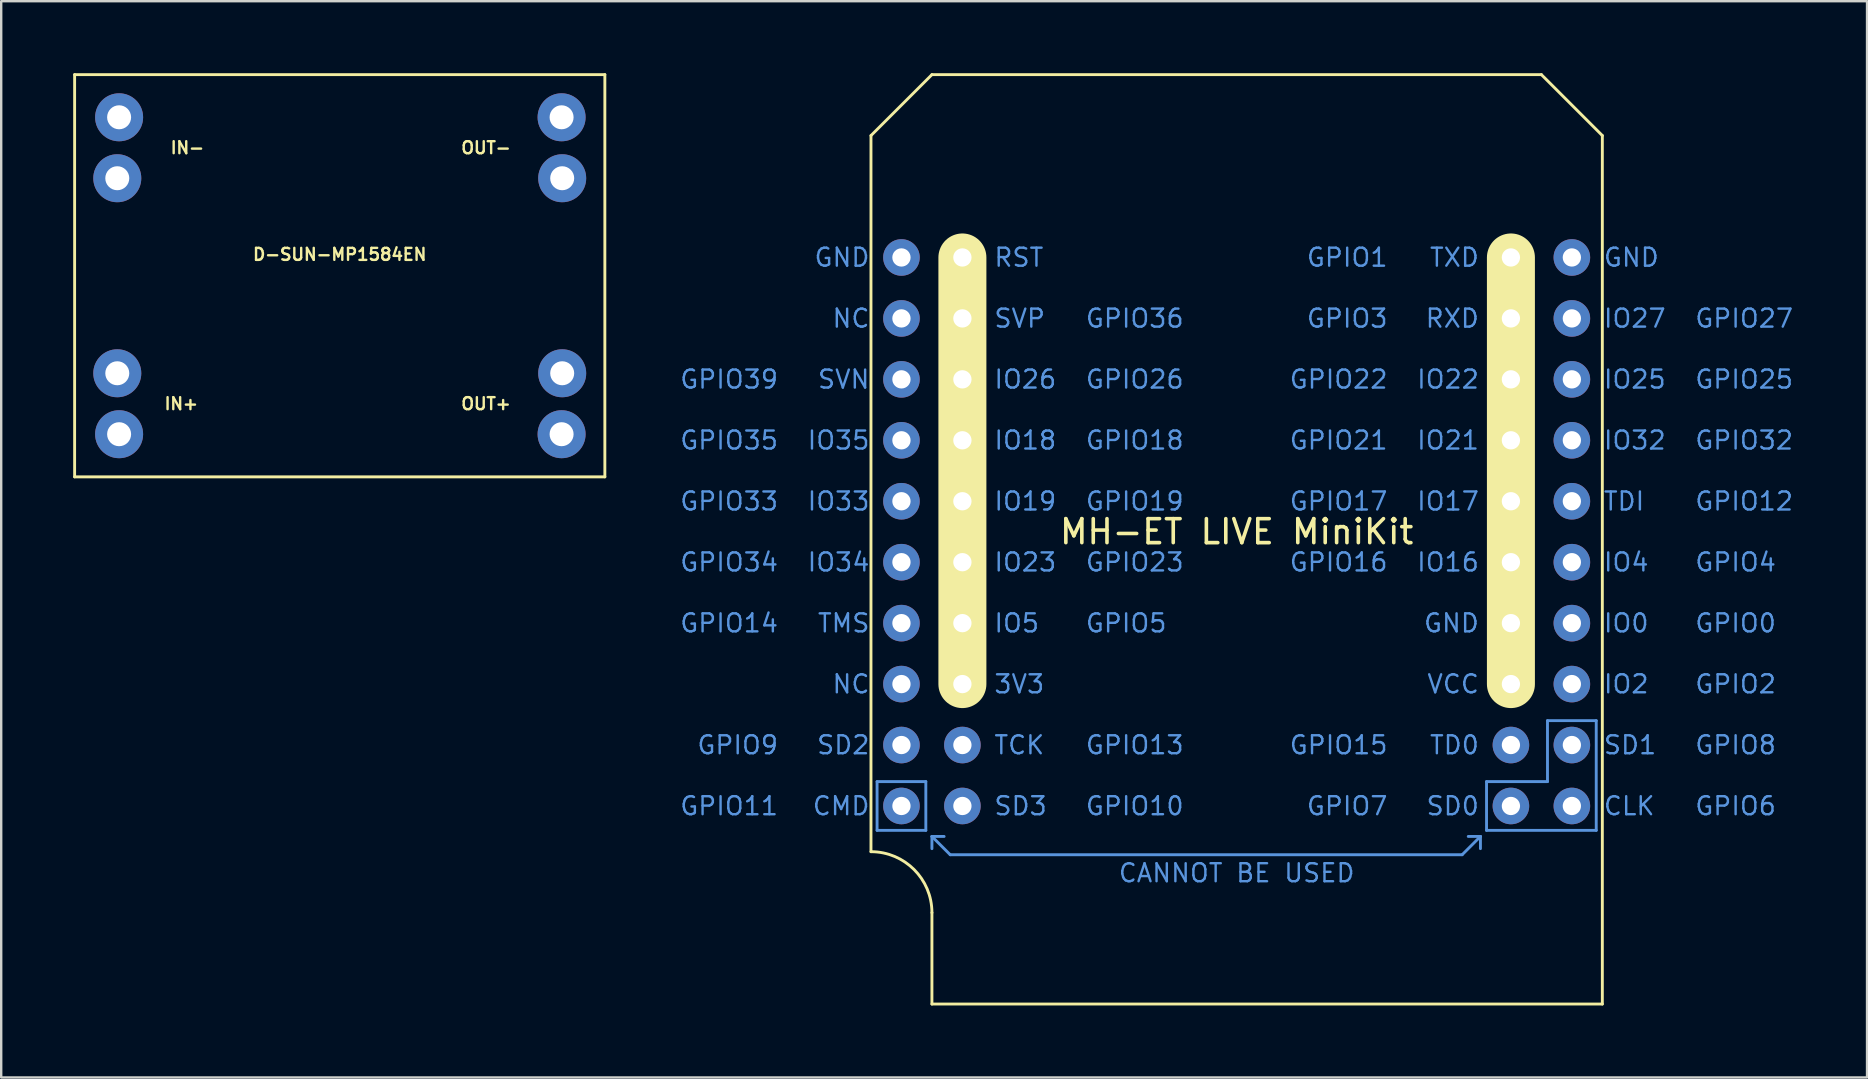
<source format=kicad_pcb>
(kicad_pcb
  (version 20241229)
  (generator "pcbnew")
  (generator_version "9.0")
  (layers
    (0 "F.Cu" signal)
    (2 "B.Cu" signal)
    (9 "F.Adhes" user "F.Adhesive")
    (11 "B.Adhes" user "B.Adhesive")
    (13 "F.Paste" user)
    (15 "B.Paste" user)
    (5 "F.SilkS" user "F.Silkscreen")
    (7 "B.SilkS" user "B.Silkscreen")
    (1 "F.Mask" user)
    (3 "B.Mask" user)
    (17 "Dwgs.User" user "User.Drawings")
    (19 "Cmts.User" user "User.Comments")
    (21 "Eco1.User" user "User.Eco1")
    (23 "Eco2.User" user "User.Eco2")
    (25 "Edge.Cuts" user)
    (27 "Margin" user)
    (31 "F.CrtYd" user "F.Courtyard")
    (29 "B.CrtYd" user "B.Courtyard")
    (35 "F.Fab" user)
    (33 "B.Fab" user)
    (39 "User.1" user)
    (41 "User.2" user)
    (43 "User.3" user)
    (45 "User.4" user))
  (footprint "D-SUN-MP1584EN"
    (layer "F.Cu")
    (at 11.109 8.442)
    (property "Reference" "D-SUN-MP1584EN" (at 0 -0.889 180) (layer "F.SilkS") (effects (font (size 0.5 0.5) (thickness 0.1))))
    (attr through_hole)
    (fp_line (start -11.049 -8.382) (end 11.049 -8.382) (stroke (width 0.12) (type solid)) (layer "F.SilkS"))
    (fp_line (start -11.049 8.382) (end -11.049 -8.382) (stroke (width 0.12) (type solid)) (layer "F.SilkS"))
    (fp_line (start 11.049 -8.382) (end 11.049 8.382) (stroke (width 0.12) (type solid)) (layer "F.SilkS"))
    (fp_line (start 11.049 8.382) (end -11.049 8.382) (stroke (width 0.12) (type solid)) (layer "F.SilkS"))
    (fp_text user "OUT-" (at 6.096 -5.334 180) (layer "F.SilkS") (effects (font (size 0.5 0.5) (thickness 0.1))))
    (fp_text user "IN-" (at -6.35 -5.334 180) (layer "F.SilkS") (effects (font (size 0.5 0.5) (thickness 0.1))))
    (fp_text user "OUT+" (at 6.096 5.334 180) (layer "F.SilkS") (effects (font (size 0.5 0.5) (thickness 0.1))))
    (fp_text user "IN+" (at -6.604 5.334 180) (layer "F.SilkS") (effects (font (size 0.5 0.5) (thickness 0.1))))
    (pad "1" thru_hole circle (at -9.195 -6.604) (size 2 2) (drill 1) (layers "*.Cu" "*.Mask"))
    (pad "2" thru_hole circle (at -9.271 -4.064) (size 2 2) (drill 1) (layers "*.Cu" "*.Mask"))
    (pad "3" thru_hole circle (at -9.271 4.064) (size 2 2) (drill 1) (layers "*.Cu" "*.Mask"))
    (pad "4" thru_hole circle (at -9.195 6.604) (size 2 2) (drill 1) (layers "*.Cu" "*.Mask"))
    (pad "5" thru_hole circle (at 9.246 -6.604) (size 2 2) (drill 1) (layers "*.Cu" "*.Mask"))
    (pad "6" thru_hole circle (at 9.271 -4.064) (size 2 2) (drill 1) (layers "*.Cu" "*.Mask"))
    (pad "7" thru_hole circle (at 9.271 4.064) (size 2 2) (drill 1) (layers "*.Cu" "*.Mask"))
    (pad "8" thru_hole circle (at 9.246 6.604) (size 2 2) (drill 1) (layers "*.Cu" "*.Mask")))
  (footprint "MH-ET LIVE MiniKit"
    (layer "F.Cu")
    (at 48.489 19.11)
    (property "Reference" "MH-ET LIVE MiniKit" (at 0 0 0) (unlocked yes) (layer "F.SilkS") (effects (font (size 1 1) (thickness 0.15))))
    (attr through_hole)
    (fp_line (start -15.24 -16.51) (end -12.7 -19.05) (stroke (width 0.12) (type solid)) (layer "F.SilkS"))
    (fp_line (start -15.24 13.335) (end -15.24 -16.51) (stroke (width 0.12) (type solid)) (layer "F.SilkS"))
    (fp_line (start -12.7 -19.05) (end 12.7 -19.05) (stroke (width 0.12) (type solid)) (layer "F.SilkS"))
    (fp_line (start -12.7 19.685) (end -12.7 15.875) (stroke (width 0.12) (type solid)) (layer "F.SilkS"))
    (fp_line (start -11.43 -11.43) (end -11.43 6.35) (stroke (width 2) (type solid)) (layer "F.SilkS"))
    (fp_line (start 11.43 -11.43) (end 11.43 6.35) (stroke (width 2) (type solid)) (layer "F.SilkS"))
    (fp_line (start 12.7 -19.05) (end 15.24 -16.51) (stroke (width 0.12) (type solid)) (layer "F.SilkS"))
    (fp_line (start 15.24 -16.51) (end 15.24 19.685) (stroke (width 0.12) (type solid)) (layer "F.SilkS"))
    (fp_line (start 15.24 19.685) (end -12.7 19.685) (stroke (width 0.12) (type solid)) (layer "F.SilkS"))
    (fp_arc (start -15.24 13.335) (mid -13.443949 14.078949) (end -12.7 15.875) (stroke (width 0.12) (type solid)) (layer "F.SilkS"))
    (fp_line (start -14.986 10.414) (end -12.954 10.414) (stroke (width 0.12) (type solid)) (layer "Cmts.User"))
    (fp_line (start -14.986 12.446) (end -14.986 10.414) (stroke (width 0.12) (type solid)) (layer "Cmts.User"))
    (fp_line (start -12.954 10.414) (end -12.954 12.446) (stroke (width 0.12) (type solid)) (layer "Cmts.User"))
    (fp_line (start -12.954 12.446) (end -14.986 12.446) (stroke (width 0.12) (type solid)) (layer "Cmts.User"))
    (fp_line (start -12.7 12.7) (end -12.7 13.208) (stroke (width 0.12) (type solid)) (layer "Cmts.User"))
    (fp_line (start -12.7 12.7) (end -11.938 13.462) (stroke (width 0.12) (type solid)) (layer "Cmts.User"))
    (fp_line (start -12.192 12.7) (end -12.7 12.7) (stroke (width 0.12) (type solid)) (layer "Cmts.User"))
    (fp_line (start -11.938 13.462) (end 9.398 13.462) (stroke (width 0.12) (type solid)) (layer "Cmts.User"))
    (fp_line (start 9.398 13.462) (end 10.16 12.7) (stroke (width 0.12) (type solid)) (layer "Cmts.User"))
    (fp_line (start 9.652 12.7) (end 10.16 12.7) (stroke (width 0.12) (type solid)) (layer "Cmts.User"))
    (fp_line (start 10.16 12.7) (end 10.16 13.208) (stroke (width 0.12) (type solid)) (layer "Cmts.User"))
    (fp_line (start 10.414 10.414) (end 12.954 10.414) (stroke (width 0.12) (type solid)) (layer "Cmts.User"))
    (fp_line (start 10.414 12.446) (end 10.414 10.414) (stroke (width 0.12) (type solid)) (layer "Cmts.User"))
    (fp_line (start 12.954 7.874) (end 14.986 7.874) (stroke (width 0.12) (type solid)) (layer "Cmts.User"))
    (fp_line (start 12.954 10.414) (end 12.954 7.874) (stroke (width 0.12) (type solid)) (layer "Cmts.User"))
    (fp_line (start 14.986 7.874) (end 14.986 12.446) (stroke (width 0.12) (type solid)) (layer "Cmts.User"))
    (fp_line (start 14.986 12.446) (end 10.414 12.446) (stroke (width 0.12) (type solid)) (layer "Cmts.User"))
    (fp_text user "TCK" (at -10.16 8.89 0) (unlocked yes) (layer "Cmts.User") (effects (font (size 0.75 0.75) (thickness 0.1)) (justify left)))
    (fp_text user "GPIO5" (at -6.35 3.81 0) (unlocked yes) (layer "Cmts.User") (effects (font (size 0.75 0.75) (thickness 0.1)) (justify left)))
    (fp_text user "IO18" (at -10.16 -3.81 0) (unlocked yes) (layer "Cmts.User") (effects (font (size 0.75 0.75) (thickness 0.1)) (justify left)))
    (fp_text user "IO17" (at 10.16 -1.27 0) (unlocked yes) (layer "Cmts.User") (effects (font (size 0.75 0.75) (thickness 0.1)) (justify right)))
    (fp_text user "TMS" (at -15.24 3.81 0) (unlocked yes) (layer "Cmts.User") (effects (font (size 0.75 0.75) (thickness 0.1)) (justify right)))
    (fp_text user "SD1" (at 15.24 8.89 0) (unlocked yes) (layer "Cmts.User") (effects (font (size 0.75 0.75) (thickness 0.1)) (justify left)))
    (fp_text user "GND" (at 10.16 3.81 0) (unlocked yes) (layer "Cmts.User") (effects (font (size 0.75 0.75) (thickness 0.1)) (justify right)))
    (fp_text user "IO26" (at -10.16 -6.35 0) (unlocked yes) (layer "Cmts.User") (effects (font (size 0.75 0.75) (thickness 0.1)) (justify left)))
    (fp_text user "GPIO19" (at -6.35 -1.27 0) (unlocked yes) (layer "Cmts.User") (effects (font (size 0.75 0.75) (thickness 0.1)) (justify left)))
    (fp_text user "GPIO6" (at 19.05 11.43 0) (unlocked yes) (layer "Cmts.User") (effects (font (size 0.75 0.75) (thickness 0.1)) (justify left)))
    (fp_text user "GPIO18" (at -6.35 -3.81 0) (unlocked yes) (layer "Cmts.User") (effects (font (size 0.75 0.75) (thickness 0.1)) (justify left)))
    (fp_text user "IO23" (at -10.16 1.27 0) (unlocked yes) (layer "Cmts.User") (effects (font (size 0.75 0.75) (thickness 0.1)) (justify left)))
    (fp_text user "GPIO32" (at 19.05 -3.81 0) (unlocked yes) (layer "Cmts.User") (effects (font (size 0.75 0.75) (thickness 0.1)) (justify left)))
    (fp_text user "CMD" (at -15.24 11.43 0) (unlocked yes) (layer "Cmts.User") (effects (font (size 0.75 0.75) (thickness 0.1)) (justify right)))
    (fp_text user "GPIO2" (at 19.05 6.35 0) (unlocked yes) (layer "Cmts.User") (effects (font (size 0.75 0.75) (thickness 0.1)) (justify left)))
    (fp_text user "GPIO26" (at -6.35 -6.35 0) (unlocked yes) (layer "Cmts.User") (effects (font (size 0.75 0.75) (thickness 0.1)) (justify left)))
    (fp_text user "RXD" (at 10.16 -8.89 0) (unlocked yes) (layer "Cmts.User") (effects (font (size 0.75 0.75) (thickness 0.1)) (justify right)))
    (fp_text user "GPIO9" (at -19.05 8.89 0) (unlocked yes) (layer "Cmts.User") (effects (font (size 0.75 0.75) (thickness 0.1)) (justify right)))
    (fp_text user "GPIO3" (at 6.35 -8.89 0) (unlocked yes) (layer "Cmts.User") (effects (font (size 0.75 0.75) (thickness 0.1)) (justify right)))
    (fp_text user "GPIO0" (at 19.05 3.81 0) (unlocked yes) (layer "Cmts.User") (effects (font (size 0.75 0.75) (thickness 0.1)) (justify left)))
    (fp_text user "IO35" (at -15.24 -3.81 0) (unlocked yes) (layer "Cmts.User") (effects (font (size 0.75 0.75) (thickness 0.1)) (justify right)))
    (fp_text user "IO33" (at -15.24 -1.27 0) (unlocked yes) (layer "Cmts.User") (effects (font (size 0.75 0.75) (thickness 0.1)) (justify right)))
    (fp_text user "SD2" (at -15.24 8.89 0) (unlocked yes) (layer "Cmts.User") (effects (font (size 0.75 0.75) (thickness 0.1)) (justify right)))
    (fp_text user "NC" (at -15.24 6.35 0) (unlocked yes) (layer "Cmts.User") (effects (font (size 0.75 0.75) (thickness 0.1)) (justify right)))
    (fp_text user "IO34" (at -15.24 1.27 0) (unlocked yes) (layer "Cmts.User") (effects (font (size 0.75 0.75) (thickness 0.1)) (justify right)))
    (fp_text user "GPIO21" (at 6.35 -3.81 0) (unlocked yes) (layer "Cmts.User") (effects (font (size 0.75 0.75) (thickness 0.1)) (justify right)))
    (fp_text user "NC" (at -15.24 -8.89 0) (unlocked yes) (layer "Cmts.User") (effects (font (size 0.75 0.75) (thickness 0.1)) (justify right)))
    (fp_text user "RST" (at -10.16 -11.43 0) (unlocked yes) (layer "Cmts.User") (effects (font (size 0.75 0.75) (thickness 0.1)) (justify left)))
    (fp_text user "IO2" (at 15.24 6.35 0) (unlocked yes) (layer "Cmts.User") (effects (font (size 0.75 0.75) (thickness 0.1)) (justify left)))
    (fp_text user "GPIO27" (at 19.05 -8.89 0) (unlocked yes) (layer "Cmts.User") (effects (font (size 0.75 0.75) (thickness 0.1)) (justify left)))
    (fp_text user "IO25" (at 15.24 -6.35 0) (unlocked yes) (layer "Cmts.User") (effects (font (size 0.75 0.75) (thickness 0.1)) (justify left)))
    (fp_text user "SD0" (at 10.16 11.43 0) (unlocked yes) (layer "Cmts.User") (effects (font (size 0.75 0.75) (thickness 0.1)) (justify right)))
    (fp_text user "GPIO14" (at -19.05 3.81 0) (unlocked yes) (layer "Cmts.User") (effects (font (size 0.75 0.75) (thickness 0.1)) (justify right)))
    (fp_text user "GPIO15" (at 6.35 8.89 0) (unlocked yes) (layer "Cmts.User") (effects (font (size 0.75 0.75) (thickness 0.1)) (justify right)))
    (fp_text user "TDI" (at 15.24 -1.27 0) (unlocked yes) (layer "Cmts.User") (effects (font (size 0.75 0.75) (thickness 0.1)) (justify left)))
    (fp_text user "GPIO10" (at -6.35 11.43 0) (unlocked yes) (layer "Cmts.User") (effects (font (size 0.75 0.75) (thickness 0.1)) (justify left)))
    (fp_text user "IO5" (at -10.16 3.81 0) (unlocked yes) (layer "Cmts.User") (effects (font (size 0.75 0.75) (thickness 0.1)) (justify left)))
    (fp_text user "CLK" (at 15.24 11.43 0) (unlocked yes) (layer "Cmts.User") (effects (font (size 0.75 0.75) (thickness 0.1)) (justify left)))
    (fp_text user "GPIO39" (at -19.05 -6.35 0) (unlocked yes) (layer "Cmts.User") (effects (font (size 0.75 0.75) (thickness 0.1)) (justify right)))
    (fp_text user "GPIO11" (at -19.05 11.43 0) (unlocked yes) (layer "Cmts.User") (effects (font (size 0.75 0.75) (thickness 0.1)) (justify right)))
    (fp_text user "GPIO1" (at 6.35 -11.43 0) (unlocked yes) (layer "Cmts.User") (effects (font (size 0.75 0.75) (thickness 0.1)) (justify right)))
    (fp_text user "GPIO8" (at 19.05 8.89 0) (unlocked yes) (layer "Cmts.User") (effects (font (size 0.75 0.75) (thickness 0.1)) (justify left)))
    (fp_text user "IO0" (at 15.24 3.81 0) (unlocked yes) (layer "Cmts.User") (effects (font (size 0.75 0.75) (thickness 0.1)) (justify left)))
    (fp_text user "GPIO34" (at -19.05 1.27 0) (unlocked yes) (layer "Cmts.User") (effects (font (size 0.75 0.75) (thickness 0.1)) (justify right)))
    (fp_text user "GPIO16" (at 6.35 1.27 0) (unlocked yes) (layer "Cmts.User") (effects (font (size 0.75 0.75) (thickness 0.1)) (justify right)))
    (fp_text user "CANNOT BE USED" (at 0 14.224 0) (unlocked yes) (layer "Cmts.User") (effects (font (size 0.75 0.75) (thickness 0.1))))
    (fp_text user "IO21" (at 10.16 -3.81 0) (unlocked yes) (layer "Cmts.User") (effects (font (size 0.75 0.75) (thickness 0.1)) (justify right)))
    (fp_text user "GPIO13" (at -6.35 8.89 0) (unlocked yes) (layer "Cmts.User") (effects (font (size 0.75 0.75) (thickness 0.1)) (justify left)))
    (fp_text user "GND" (at -15.24 -11.43 0) (unlocked yes) (layer "Cmts.User") (effects (font (size 0.75 0.75) (thickness 0.1)) (justify right)))
    (fp_text user "GPIO7" (at 6.35 11.43 0) (unlocked yes) (layer "Cmts.User") (effects (font (size 0.75 0.75) (thickness 0.1)) (justify right)))
    (fp_text user "GPIO35" (at -19.05 -3.81 0) (unlocked yes) (layer "Cmts.User") (effects (font (size 0.75 0.75) (thickness 0.1)) (justify right)))
    (fp_text user "IO4" (at 15.24 1.27 0) (unlocked yes) (layer "Cmts.User") (effects (font (size 0.75 0.75) (thickness 0.1)) (justify left)))
    (fp_text user "GPIO12" (at 19.05 -1.27 0) (unlocked yes) (layer "Cmts.User") (effects (font (size 0.75 0.75) (thickness 0.1)) (justify left)))
    (fp_text user "IO16" (at 10.16 1.27 0) (unlocked yes) (layer "Cmts.User") (effects (font (size 0.75 0.75) (thickness 0.1)) (justify right)))
    (fp_text user "IO27" (at 15.24 -8.89 0) (unlocked yes) (layer "Cmts.User") (effects (font (size 0.75 0.75) (thickness 0.1)) (justify left)))
    (fp_text user "IO32" (at 15.24 -3.81 0) (unlocked yes) (layer "Cmts.User") (effects (font (size 0.75 0.75) (thickness 0.1)) (justify left)))
    (fp_text user "IO19" (at -10.16 -1.27 0) (unlocked yes) (layer "Cmts.User") (effects (font (size 0.75 0.75) (thickness 0.1)) (justify left)))
    (fp_text user "SD3" (at -10.16 11.43 0) (unlocked yes) (layer "Cmts.User") (effects (font (size 0.75 0.75) (thickness 0.1)) (justify left)))
    (fp_text user "SVN" (at -15.24 -6.35 0) (unlocked yes) (layer "Cmts.User") (effects (font (size 0.75 0.75) (thickness 0.1)) (justify right)))
    (fp_text user "GPIO22" (at 6.35 -6.35 0) (unlocked yes) (layer "Cmts.User") (effects (font (size 0.75 0.75) (thickness 0.1)) (justify right)))
    (fp_text user "IO22" (at 10.16 -6.35 0) (unlocked yes) (layer "Cmts.User") (effects (font (size 0.75 0.75) (thickness 0.1)) (justify right)))
    (fp_text user "GPIO23" (at -6.35 1.27 0) (unlocked yes) (layer "Cmts.User") (effects (font (size 0.75 0.75) (thickness 0.1)) (justify left)))
    (fp_text user "VCC" (at 10.16 6.35 0) (unlocked yes) (layer "Cmts.User") (effects (font (size 0.75 0.75) (thickness 0.1)) (justify right)))
    (fp_text user "SVP" (at -10.16 -8.89 0) (unlocked yes) (layer "Cmts.User") (effects (font (size 0.75 0.75) (thickness 0.1)) (justify left)))
    (fp_text user "3V3" (at -10.16 6.35 0) (unlocked yes) (layer "Cmts.User") (effects (font (size 0.75 0.75) (thickness 0.1)) (justify left)))
    (fp_text user "GPIO36" (at -6.35 -8.89 0) (unlocked yes) (layer "Cmts.User") (effects (font (size 0.75 0.75) (thickness 0.1)) (justify left)))
    (fp_text user "GPIO17" (at 6.35 -1.27 0) (unlocked yes) (layer "Cmts.User") (effects (font (size 0.75 0.75) (thickness 0.1)) (justify right)))
    (fp_text user "GPIO4" (at 19.05 1.27 0) (unlocked yes) (layer "Cmts.User") (effects (font (size 0.75 0.75) (thickness 0.1)) (justify left)))
    (fp_text user "TXD" (at 10.16 -11.43 0) (unlocked yes) (layer "Cmts.User") (effects (font (size 0.75 0.75) (thickness 0.1)) (justify right)))
    (fp_text user "GND" (at 15.24 -11.43 0) (unlocked yes) (layer "Cmts.User") (effects (font (size 0.75 0.75) (thickness 0.1)) (justify left)))
    (fp_text user "TD0" (at 10.16 8.89 0) (unlocked yes) (layer "Cmts.User") (effects (font (size 0.75 0.75) (thickness 0.1)) (justify right)))
    (fp_text user "GPIO33" (at -19.05 -1.27 0) (unlocked yes) (layer "Cmts.User") (effects (font (size 0.75 0.75) (thickness 0.1)) (justify right)))
    (fp_text user "GPIO25" (at 19.05 -6.35 0) (unlocked yes) (layer "Cmts.User") (effects (font (size 0.75 0.75) (thickness 0.1)) (justify left)))
    (pad "1" thru_hole circle (at -13.97 -11.43) (size 1.524 1.524) (drill 0.762) (layers "*.Cu" "*.Mask"))
    (pad "2" thru_hole circle (at -13.97 -8.89) (size 1.524 1.524) (drill 0.762) (layers "*.Cu" "*.Mask"))
    (pad "3" thru_hole circle (at -13.97 -6.35) (size 1.524 1.524) (drill 0.762) (layers "*.Cu" "*.Mask"))
    (pad "4" thru_hole circle (at -13.97 -3.81) (size 1.524 1.524) (drill 0.762) (layers "*.Cu" "*.Mask"))
    (pad "5" thru_hole circle (at -13.97 -1.27) (size 1.524 1.524) (drill 0.762) (layers "*.Cu" "*.Mask"))
    (pad "6" thru_hole circle (at -13.97 1.27) (size 1.524 1.524) (drill 0.762) (layers "*.Cu" "*.Mask"))
    (pad "7" thru_hole circle (at -13.97 3.81) (size 1.524 1.524) (drill 0.762) (layers "*.Cu" "*.Mask"))
    (pad "8" thru_hole circle (at -13.97 6.35) (size 1.524 1.524) (drill 0.762) (layers "*.Cu" "*.Mask"))
    (pad "9" thru_hole circle (at -13.97 8.89) (size 1.524 1.524) (drill 0.762) (layers "*.Cu" "*.Mask"))
    (pad "10" thru_hole circle (at -13.97 11.43) (size 1.524 1.524) (drill 0.762) (layers "*.Cu" "*.Mask"))
    (pad "11" thru_hole circle (at -11.43 -11.43) (size 1.524 1.524) (drill 0.762) (layers "*.Cu" "*.Mask"))
    (pad "12" thru_hole circle (at -11.43 -8.89) (size 1.524 1.524) (drill 0.762) (layers "*.Cu" "*.Mask"))
    (pad "13" thru_hole circle (at -11.43 -6.35) (size 1.524 1.524) (drill 0.762) (layers "*.Cu" "*.Mask"))
    (pad "14" thru_hole circle (at -11.43 -3.81) (size 1.524 1.524) (drill 0.762) (layers "*.Cu" "*.Mask"))
    (pad "15" thru_hole circle (at -11.43 -1.27) (size 1.524 1.524) (drill 0.762) (layers "*.Cu" "*.Mask"))
    (pad "16" thru_hole circle (at -11.43 1.27) (size 1.524 1.524) (drill 0.762) (layers "*.Cu" "*.Mask"))
    (pad "17" thru_hole circle (at -11.43 3.81) (size 1.524 1.524) (drill 0.762) (layers "*.Cu" "*.Mask"))
    (pad "18" thru_hole circle (at -11.43 6.35) (size 1.524 1.524) (drill 0.762) (layers "*.Cu" "*.Mask"))
    (pad "19" thru_hole circle (at -11.43 8.89) (size 1.524 1.524) (drill 0.762) (layers "*.Cu" "*.Mask"))
    (pad "20" thru_hole circle (at -11.43 11.43) (size 1.524 1.524) (drill 0.762) (layers "*.Cu" "*.Mask"))
    (pad "21" thru_hole circle (at 11.43 -11.43) (size 1.524 1.524) (drill 0.762) (layers "*.Cu" "*.Mask"))
    (pad "22" thru_hole circle (at 11.43 -8.89) (size 1.524 1.524) (drill 0.762) (layers "*.Cu" "*.Mask"))
    (pad "23" thru_hole circle (at 11.43 -6.35) (size 1.524 1.524) (drill 0.762) (layers "*.Cu" "*.Mask"))
    (pad "24" thru_hole circle (at 11.43 -3.81) (size 1.524 1.524) (drill 0.762) (layers "*.Cu" "*.Mask"))
    (pad "25" thru_hole circle (at 11.43 -1.27) (size 1.524 1.524) (drill 0.762) (layers "*.Cu" "*.Mask"))
    (pad "26" thru_hole circle (at 11.43 1.27) (size 1.524 1.524) (drill 0.762) (layers "*.Cu" "*.Mask"))
    (pad "27" thru_hole circle (at 11.43 3.81) (size 1.524 1.524) (drill 0.762) (layers "*.Cu" "*.Mask"))
    (pad "28" thru_hole circle (at 11.43 6.35) (size 1.524 1.524) (drill 0.762) (layers "*.Cu" "*.Mask"))
    (pad "29" thru_hole circle (at 11.43 8.89) (size 1.524 1.524) (drill 0.762) (layers "*.Cu" "*.Mask"))
    (pad "30" thru_hole circle (at 11.43 11.43) (size 1.524 1.524) (drill 0.762) (layers "*.Cu" "*.Mask"))
    (pad "31" thru_hole circle (at 13.97 -11.43) (size 1.524 1.524) (drill 0.762) (layers "*.Cu" "*.Mask"))
    (pad "32" thru_hole circle (at 13.97 -8.89) (size 1.524 1.524) (drill 0.762) (layers "*.Cu" "*.Mask"))
    (pad "33" thru_hole circle (at 13.97 -6.35) (size 1.524 1.524) (drill 0.762) (layers "*.Cu" "*.Mask"))
    (pad "34" thru_hole circle (at 13.97 -3.81) (size 1.524 1.524) (drill 0.762) (layers "*.Cu" "*.Mask"))
    (pad "35" thru_hole circle (at 13.97 -1.27) (size 1.524 1.524) (drill 0.762) (layers "*.Cu" "*.Mask"))
    (pad "36" thru_hole circle (at 13.97 1.27) (size 1.524 1.524) (drill 0.762) (layers "*.Cu" "*.Mask"))
    (pad "37" thru_hole circle (at 13.97 3.81) (size 1.524 1.524) (drill 0.762) (layers "*.Cu" "*.Mask"))
    (pad "38" thru_hole circle (at 13.97 6.35) (size 1.524 1.524) (drill 0.762) (layers "*.Cu" "*.Mask"))
    (pad "39" thru_hole circle (at 13.97 8.89) (size 1.524 1.524) (drill 0.762) (layers "*.Cu" "*.Mask"))
    (pad "40" thru_hole circle (at 13.97 11.43) (size 1.524 1.524) (drill 0.762) (layers "*.Cu" "*.Mask")))
  (gr_rect
    (start -3 -3)
    (end 74.761 41.855)
    (stroke (width 0.1) (type default))
    (fill no)
    (layer "Edge.Cuts")))
</source>
